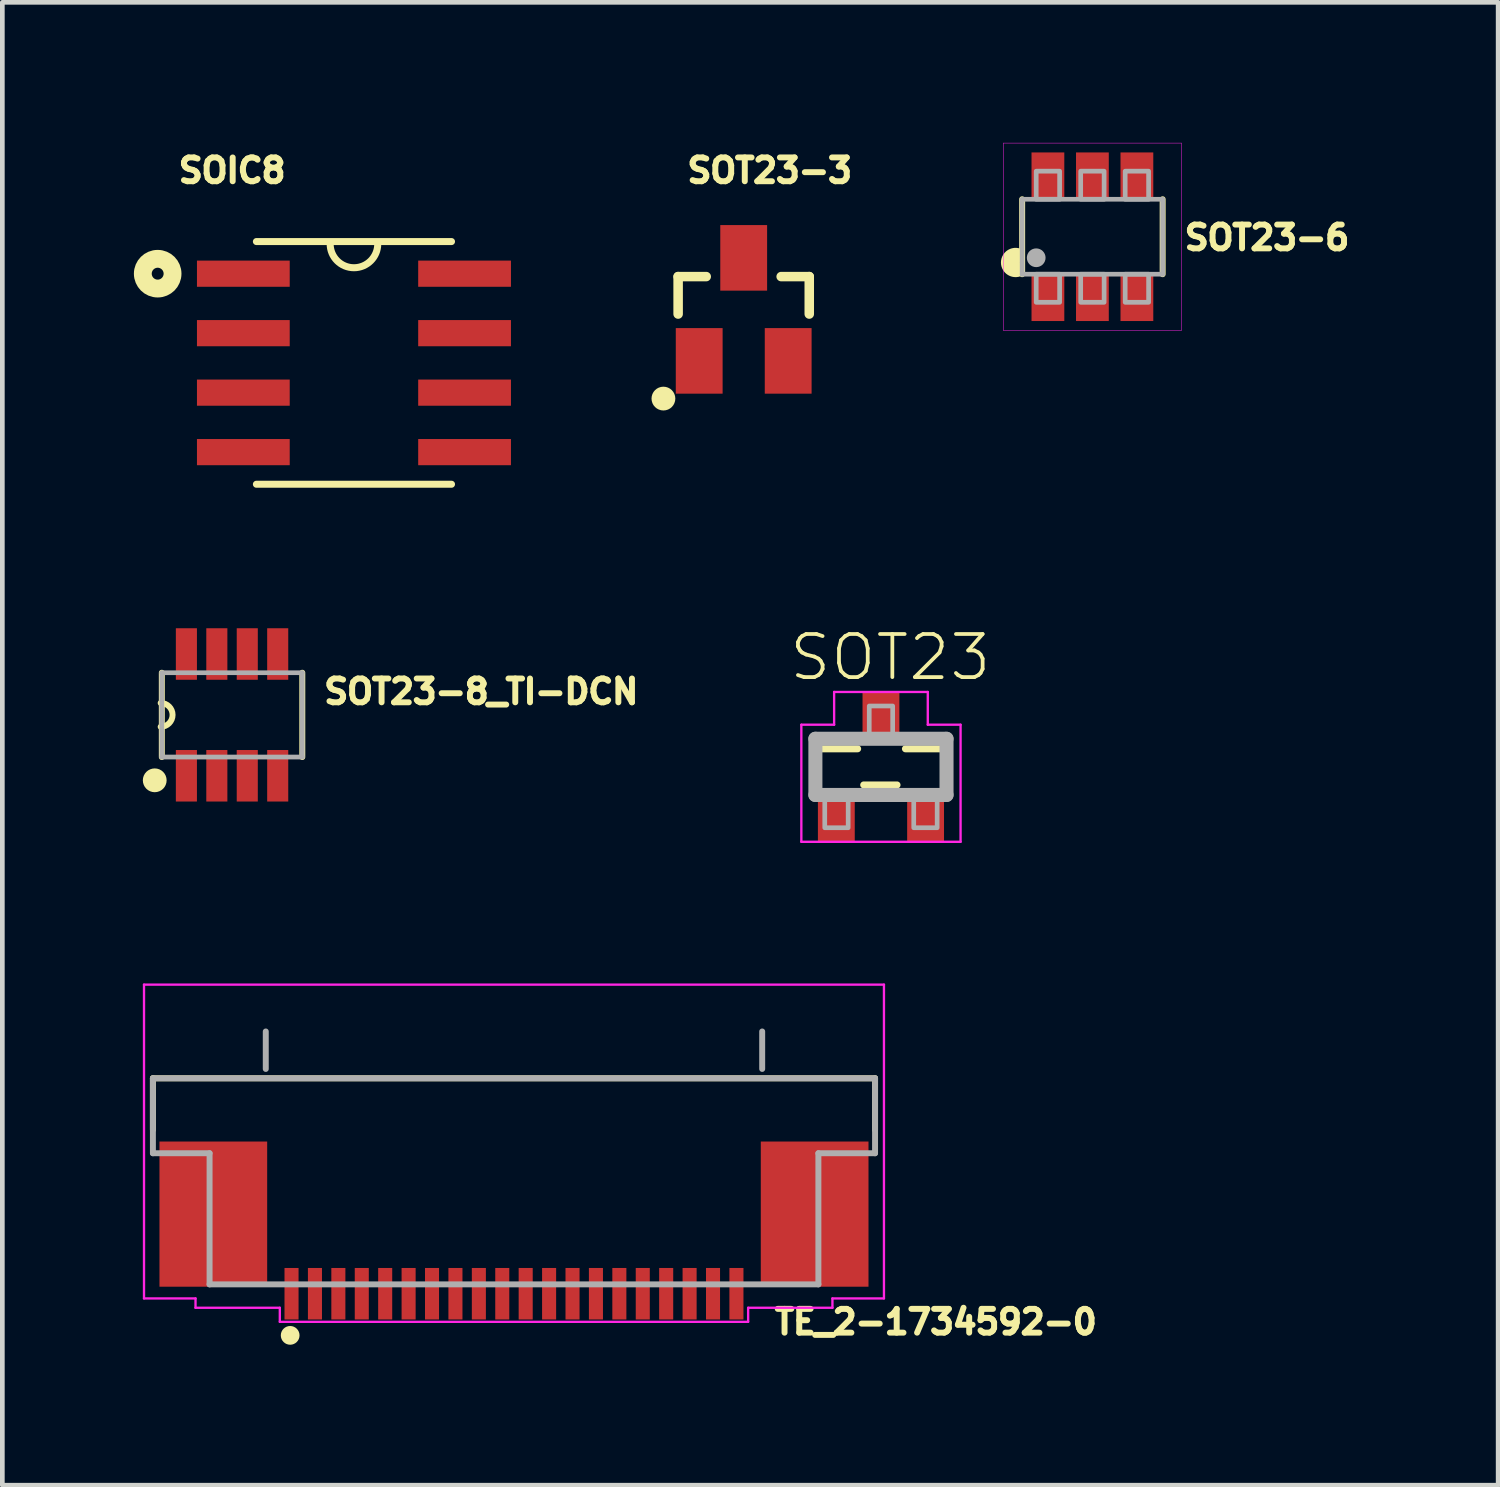
<source format=kicad_pcb>
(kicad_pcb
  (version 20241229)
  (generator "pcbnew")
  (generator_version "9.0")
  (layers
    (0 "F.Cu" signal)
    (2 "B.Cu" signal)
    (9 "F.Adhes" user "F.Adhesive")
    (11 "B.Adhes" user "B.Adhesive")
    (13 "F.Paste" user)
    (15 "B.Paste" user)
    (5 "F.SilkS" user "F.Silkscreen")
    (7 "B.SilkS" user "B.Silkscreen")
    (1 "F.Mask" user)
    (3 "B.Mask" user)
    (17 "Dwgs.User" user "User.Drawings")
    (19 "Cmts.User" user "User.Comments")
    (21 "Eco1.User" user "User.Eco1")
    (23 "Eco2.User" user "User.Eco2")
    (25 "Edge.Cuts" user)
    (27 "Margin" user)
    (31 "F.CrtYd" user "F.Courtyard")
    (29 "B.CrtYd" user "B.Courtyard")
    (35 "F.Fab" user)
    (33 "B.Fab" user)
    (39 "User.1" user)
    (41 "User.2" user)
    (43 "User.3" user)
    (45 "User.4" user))
  (footprint "SOT23-8_TI-DCN"
    (layer "F.Cu")
    (at 1.905 12.215)
    (property "Reference" "SOT23-8_TI-DCN" (at 1.9 -0.2 0) (layer "F.SilkS") (effects (font (size 0.508 0.508) (thickness 0.127)) (justify left bottom)))
    (fp_line (start -1.5 -0.9) (end -1.5 0.9) (stroke (width 0.127) (type solid)) (layer "F.SilkS"))
    (fp_line (start 1.5 -0.9) (end 1.5 0.9) (stroke (width 0.127) (type solid)) (layer "F.SilkS"))
    (fp_arc (start -1.524 -0.254) (mid -1.27 0) (end -1.524 0.254) (stroke (width 0.127) (type solid)) (layer "F.SilkS"))
    (fp_circle (center -1.651 1.397) (end -1.524 1.397) (stroke (width 0.254) (type solid)) (fill no) (layer "F.SilkS"))
    (fp_line (start -1.5 -0.9) (end -1.5 0.9) (stroke (width 0.1) (type solid)) (layer "F.Fab"))
    (fp_line (start -1.5 0.9) (end 1.5 0.9) (stroke (width 0.1) (type solid)) (layer "F.Fab"))
    (fp_line (start 1.5 -0.9) (end -1.5 -0.9) (stroke (width 0.1) (type solid)) (layer "F.Fab"))
    (fp_line (start 1.5 0.9) (end 1.5 -0.9) (stroke (width 0.1) (type solid)) (layer "F.Fab"))
    (pad "1" smd rect (at -0.975 1.3 90) (size 1.1 0.45) (layers "F.Cu" "F.Mask" "F.Paste"))
    (pad "2" smd rect (at -0.325 1.3 90) (size 1.1 0.45) (layers "F.Cu" "F.Mask" "F.Paste"))
    (pad "3" smd rect (at 0.325 1.3 90) (size 1.1 0.45) (layers "F.Cu" "F.Mask" "F.Paste"))
    (pad "4" smd rect (at 0.975 1.3 90) (size 1.1 0.45) (layers "F.Cu" "F.Mask" "F.Paste"))
    (pad "5" smd rect (at 0.975 -1.3 90) (size 1.1 0.45) (layers "F.Cu" "F.Mask" "F.Paste"))
    (pad "6" smd rect (at 0.325 -1.3 90) (size 1.1 0.45) (layers "F.Cu" "F.Mask" "F.Paste"))
    (pad "7" smd rect (at -0.325 -1.3 90) (size 1.1 0.45) (layers "F.Cu" "F.Mask" "F.Paste"))
    (pad "8" smd rect (at -0.975 -1.3 90) (size 1.1 0.45) (layers "F.Cu" "F.Mask" "F.Paste")))
  (footprint "SOT23-6"
    (layer "F.Cu")
    (at 20.276 2.005)
    (property "Reference" "SOT23-6" (at 1.902 0.317 0) (layer "F.SilkS") (effects (font (size 0.508 0.508) (thickness 0.127)) (justify left bottom)))
    (fp_poly (pts (xy -0.53 -1.865) (xy -1.37 -1.865) (xy -1.37 -0.735) (xy -0.53 -0.735)) (stroke (width 0) (type solid)) (fill yes) (layer "F.Mask"))
    (fp_poly (pts (xy -0.53 0.735) (xy -1.37 0.735) (xy -1.37 1.865) (xy -0.53 1.865)) (stroke (width 0) (type solid)) (fill yes) (layer "F.Mask"))
    (fp_poly (pts (xy 0.42 -1.865) (xy -0.42 -1.865) (xy -0.42 -0.735) (xy 0.42 -0.735)) (stroke (width 0) (type solid)) (fill yes) (layer "F.Mask"))
    (fp_poly (pts (xy 0.42 0.735) (xy -0.42 0.735) (xy -0.42 1.865) (xy 0.42 1.865)) (stroke (width 0) (type solid)) (fill yes) (layer "F.Mask"))
    (fp_poly (pts (xy 1.37 -1.865) (xy 0.53 -1.865) (xy 0.53 -0.735) (xy 1.37 -0.735)) (stroke (width 0) (type solid)) (fill yes) (layer "F.Mask"))
    (fp_poly (pts (xy 1.37 0.735) (xy 0.53 0.735) (xy 0.53 1.865) (xy 1.37 1.865)) (stroke (width 0) (type solid)) (fill yes) (layer "F.Mask"))
    (fp_line (start -1.5 0.8) (end -1.5 -0.8) (stroke (width 0.127) (type solid)) (layer "F.SilkS"))
    (fp_line (start 1.5 -0.8) (end 1.5 0.8) (stroke (width 0.127) (type solid)) (layer "F.SilkS"))
    (fp_arc (start -1.61 0.7) (mid -1.792971 0.55) (end -1.61 0.4) (stroke (width 0.32) (type solid)) (layer "F.SilkS"))
    (fp_line (start -1.9 -2) (end -1.9 2) (stroke (width 0.01) (type solid)) (layer "F.CrtYd"))
    (fp_line (start -1.9 2) (end 1.9 2) (stroke (width 0.01) (type solid)) (layer "F.CrtYd"))
    (fp_line (start 1.9 -2) (end -1.9 -2) (stroke (width 0.01) (type solid)) (layer "F.CrtYd"))
    (fp_line (start 1.9 2) (end 1.9 -2) (stroke (width 0.01) (type solid)) (layer "F.CrtYd"))
    (fp_line (start -1.5 -0.8) (end 1.5 -0.8) (stroke (width 0.1) (type solid)) (layer "F.Fab"))
    (fp_line (start -1.5 0.8) (end -1.5 -0.8) (stroke (width 0.1) (type solid)) (layer "F.Fab"))
    (fp_line (start 1.5 -0.8) (end 1.5 0.8) (stroke (width 0.1) (type solid)) (layer "F.Fab"))
    (fp_line (start 1.5 0.8) (end -1.5 0.8) (stroke (width 0.1) (type solid)) (layer "F.Fab"))
    (fp_circle (center -1.2 0.449) (end -1.1 0.449) (stroke (width 0.2) (type solid)) (fill no) (layer "F.Fab"))
    (fp_poly (pts (xy -1.2 -0.8) (xy -0.7 -0.8) (xy -0.7 -1.4) (xy -1.2 -1.4)) (stroke (width 0.1) (type solid)) (fill no) (layer "F.Fab"))
    (fp_poly (pts (xy -1.2 1.4) (xy -0.7 1.4) (xy -0.7 0.8) (xy -1.2 0.8)) (stroke (width 0.1) (type solid)) (fill no) (layer "F.Fab"))
    (fp_poly (pts (xy -0.25 -0.8) (xy 0.25 -0.8) (xy 0.25 -1.4) (xy -0.25 -1.4)) (stroke (width 0.1) (type solid)) (fill no) (layer "F.Fab"))
    (fp_poly (pts (xy -0.25 1.4) (xy 0.25 1.4) (xy 0.25 0.8) (xy -0.25 0.8)) (stroke (width 0.1) (type solid)) (fill no) (layer "F.Fab"))
    (fp_poly (pts (xy 0.7 -0.8) (xy 1.2 -0.8) (xy 1.2 -1.4) (xy 0.7 -1.4)) (stroke (width 0.1) (type solid)) (fill no) (layer "F.Fab"))
    (fp_poly (pts (xy 0.7 1.4) (xy 1.2 1.4) (xy 1.2 0.8) (xy 0.7 0.8)) (stroke (width 0.1) (type solid)) (fill no) (layer "F.Fab"))
    (pad "1" smd rect (at -0.95 1.3) (size 0.7 1) (layers "F.Cu" "F.Paste"))
    (pad "2" smd rect (at 0 1.3) (size 0.7 1) (layers "F.Cu" "F.Paste"))
    (pad "3" smd rect (at 0.95 1.3) (size 0.7 1) (layers "F.Cu" "F.Paste"))
    (pad "4" smd rect (at 0.95 -1.3) (size 0.7 1) (layers "F.Cu" "F.Paste"))
    (pad "5" smd rect (at 0 -1.3) (size 0.7 1) (layers "F.Cu" "F.Paste"))
    (pad "6" smd rect (at -0.95 -1.3) (size 0.7 1) (layers "F.Cu" "F.Paste")))
  (footprint "SOT23-3"
    (layer "F.Cu")
    (at 12.83 3.556)
    (property "Reference" "SOT23-3" (at -1.27 -2.667 0) (layer "F.SilkS") (effects (font (size 0.508 0.508) (thickness 0.127)) (justify left bottom)))
    (fp_line (start -1.4 -0.7) (end -1.4 0.1) (stroke (width 0.203) (type solid)) (layer "F.SilkS"))
    (fp_line (start -0.8 -0.7) (end -1.4 -0.7) (stroke (width 0.203) (type solid)) (layer "F.SilkS"))
    (fp_line (start 0.8 -0.7) (end 1.4 -0.7) (stroke (width 0.203) (type solid)) (layer "F.SilkS"))
    (fp_line (start 1.4 -0.7) (end 1.4 0.1) (stroke (width 0.203) (type solid)) (layer "F.SilkS"))
    (fp_circle (center -1.714 1.905) (end -1.587 1.905) (stroke (width 0.254) (type solid)) (fill no) (layer "F.SilkS"))
    (pad "1" smd rect (at -0.95 1.1) (size 1 1.4) (layers "F.Cu" "F.Mask" "F.Paste"))
    (pad "2" smd rect (at 0.95 1.1) (size 1 1.4) (layers "F.Cu" "F.Mask" "F.Paste"))
    (pad "3" smd rect (at 0 -1.1) (size 1 1.4) (layers "F.Cu" "F.Mask" "F.Paste")))
  (footprint "SOT23"
    (layer "F.Cu")
    (at 15.761 13.325)
    (property "Reference" "SOT23" (at -2 -1.8 0) (layer "F.SilkS") (effects (font (size 0.92 0.92) (thickness 0.08)) (justify left bottom)))
    (fp_line (start -1.387 -0.386) (end -0.498 -0.386) (stroke (width 0.15) (type solid)) (layer "F.SilkS"))
    (fp_line (start -1.387 0.368) (end -1.387 -0.386) (stroke (width 0.15) (type solid)) (layer "F.SilkS"))
    (fp_line (start -0.368 0.386) (end 0.343 0.386) (stroke (width 0.15) (type solid)) (layer "F.SilkS"))
    (fp_line (start 1.387 -0.386) (end 0.523 -0.386) (stroke (width 0.15) (type solid)) (layer "F.SilkS"))
    (fp_line (start 1.387 0.368) (end 1.387 -0.386) (stroke (width 0.15) (type solid)) (layer "F.SilkS"))
    (fp_line (start -1.7 -0.9) (end -1.7 1.6) (stroke (width 0.05) (type solid)) (layer "F.CrtYd"))
    (fp_line (start -1.7 1.6) (end 1.7 1.6) (stroke (width 0.05) (type solid)) (layer "F.CrtYd"))
    (fp_line (start -1 -1.6) (end -1 -0.9) (stroke (width 0.05) (type solid)) (layer "F.CrtYd"))
    (fp_line (start -1 -0.9) (end -1.7 -0.9) (stroke (width 0.05) (type solid)) (layer "F.CrtYd"))
    (fp_line (start 1 -1.6) (end -1 -1.6) (stroke (width 0.05) (type solid)) (layer "F.CrtYd"))
    (fp_line (start 1 -0.9) (end 1 -1.6) (stroke (width 0.05) (type solid)) (layer "F.CrtYd"))
    (fp_line (start 1.7 -0.9) (end 1 -0.9) (stroke (width 0.05) (type solid)) (layer "F.CrtYd"))
    (fp_line (start 1.7 1.6) (end 1.7 -0.9) (stroke (width 0.05) (type solid)) (layer "F.CrtYd"))
    (fp_line (start -1.4 -0.6) (end -1.4 0.6) (stroke (width 0.3) (type solid)) (layer "F.Fab"))
    (fp_line (start -1.4 0.6) (end 1.4 0.6) (stroke (width 0.3) (type solid)) (layer "F.Fab"))
    (fp_line (start 1.4 -0.6) (end -1.4 -0.6) (stroke (width 0.3) (type solid)) (layer "F.Fab"))
    (fp_line (start 1.4 0.6) (end 1.4 -0.6) (stroke (width 0.3) (type solid)) (layer "F.Fab"))
    (fp_poly (pts (xy -1.2 1.3) (xy -0.7 1.3) (xy -0.7 0.65) (xy -1.2 0.65)) (stroke (width 0.1) (type solid)) (fill no) (layer "F.Fab"))
    (fp_poly (pts (xy -0.25 -0.65) (xy 0.25 -0.65) (xy 0.25 -1.3) (xy -0.25 -1.3)) (stroke (width 0.1) (type solid)) (fill no) (layer "F.Fab"))
    (fp_poly (pts (xy 0.7 1.3) (xy 1.2 1.3) (xy 1.2 0.65) (xy 0.7 0.65)) (stroke (width 0.1) (type solid)) (fill no) (layer "F.Fab"))
    (pad "1" smd rect (at -0.953 1.143) (size 0.787 0.889) (layers "F.Cu" "F.Mask" "F.Paste"))
    (pad "2" smd rect (at 0.953 1.143) (size 0.787 0.889) (layers "F.Cu" "F.Mask" "F.Paste"))
    (pad "3" smd rect (at 0 -1.143) (size 0.787 0.889) (layers "F.Cu" "F.Mask" "F.Paste")))
  (footprint "TE_2-1734592-0"
    (layer "F.Cu")
    (at 7.925 22.875)
    (property "Reference" "TE_2-1734592-0" (at 5.5 2.6 0) (layer "F.SilkS") (effects (font (size 0.508 0.508) (thickness 0.127)) (justify left bottom)))
    (fp_line (start -7.71 -2.9) (end -7.71 -1.8) (stroke (width 0.127) (type solid)) (layer "F.SilkS"))
    (fp_line (start 7.71 -2.9) (end -7.71 -2.9) (stroke (width 0.127) (type solid)) (layer "F.SilkS"))
    (fp_line (start 7.71 -1.8) (end 7.71 -2.9) (stroke (width 0.127) (type solid)) (layer "F.SilkS"))
    (fp_circle (center -4.779 2.589) (end -4.679 2.589) (stroke (width 0.2) (type solid)) (fill no) (layer "F.SilkS"))
    (fp_poly (pts (xy -7.2 1.1) (xy -5.6 1.1) (xy -5.6 -1.1) (xy -7.2 -1.1)) (stroke (width 0) (type solid)) (fill yes) (layer "F.Paste"))
    (fp_poly (pts (xy 5.7 1.1) (xy 7.3 1.1) (xy 7.3 -1.1) (xy 5.7 -1.1)) (stroke (width 0) (type solid)) (fill yes) (layer "F.Paste"))
    (fp_line (start -7.9 -4.9) (end -7.9 1.8) (stroke (width 0.05) (type solid)) (layer "F.CrtYd"))
    (fp_line (start -6.8 1.8) (end -7.9 1.8) (stroke (width 0.05) (type solid)) (layer "F.CrtYd"))
    (fp_line (start -6.8 2) (end -6.8 1.8) (stroke (width 0.05) (type solid)) (layer "F.CrtYd"))
    (fp_line (start -5 2) (end -6.8 2) (stroke (width 0.05) (type solid)) (layer "F.CrtYd"))
    (fp_line (start -5 2.3) (end -5 2) (stroke (width 0.05) (type solid)) (layer "F.CrtYd"))
    (fp_line (start -5 2.3) (end 5 2.3) (stroke (width 0.05) (type solid)) (layer "F.CrtYd"))
    (fp_line (start 5 2) (end 5 2.3) (stroke (width 0.05) (type solid)) (layer "F.CrtYd"))
    (fp_line (start 6.8 1.8) (end 6.8 2) (stroke (width 0.05) (type solid)) (layer "F.CrtYd"))
    (fp_line (start 6.8 2) (end 5 2) (stroke (width 0.05) (type solid)) (layer "F.CrtYd"))
    (fp_line (start 7.9 -4.9) (end -7.9 -4.9) (stroke (width 0.05) (type solid)) (layer "F.CrtYd"))
    (fp_line (start 7.9 1.8) (end 6.8 1.8) (stroke (width 0.05) (type solid)) (layer "F.CrtYd"))
    (fp_line (start 7.9 1.8) (end 7.9 -4.9) (stroke (width 0.05) (type solid)) (layer "F.CrtYd"))
    (fp_line (start -7.71 -1.3) (end -7.71 -2.9) (stroke (width 0.127) (type solid)) (layer "F.Fab"))
    (fp_line (start -6.5 -1.3) (end -7.71 -1.3) (stroke (width 0.127) (type solid)) (layer "F.Fab"))
    (fp_line (start -6.5 1.5) (end -6.5 -1.3) (stroke (width 0.127) (type solid)) (layer "F.Fab"))
    (fp_line (start -5.3 -3.1) (end -5.3 -3.9) (stroke (width 0.127) (type solid)) (layer "F.Fab"))
    (fp_line (start 5.3 -3.1) (end 5.3 -3.9) (stroke (width 0.127) (type solid)) (layer "F.Fab"))
    (fp_line (start 6.5 -1.3) (end 7.71 -1.3) (stroke (width 0.127) (type solid)) (layer "F.Fab"))
    (fp_line (start 6.5 1.5) (end -6.5 1.5) (stroke (width 0.127) (type solid)) (layer "F.Fab"))
    (fp_line (start 6.5 1.5) (end 6.5 -1.3) (stroke (width 0.127) (type solid)) (layer "F.Fab"))
    (fp_line (start 7.71 -2.9) (end -7.71 -2.9) (stroke (width 0.127) (type solid)) (layer "F.Fab"))
    (fp_line (start 7.71 -1.3) (end 7.71 -2.9) (stroke (width 0.127) (type solid)) (layer "F.Fab"))
    (pad "1" smd rect (at -4.75 1.7 90) (size 1.1 0.3) (layers "F.Cu" "F.Mask" "F.Paste"))
    (pad "2" smd rect (at -4.25 1.7 90) (size 1.1 0.3) (layers "F.Cu" "F.Mask" "F.Paste"))
    (pad "3" smd rect (at -3.75 1.7 90) (size 1.1 0.3) (layers "F.Cu" "F.Mask" "F.Paste"))
    (pad "4" smd rect (at -3.25 1.7 90) (size 1.1 0.3) (layers "F.Cu" "F.Mask" "F.Paste"))
    (pad "5" smd rect (at -2.75 1.7 90) (size 1.1 0.3) (layers "F.Cu" "F.Mask" "F.Paste"))
    (pad "6" smd rect (at -2.25 1.7 90) (size 1.1 0.3) (layers "F.Cu" "F.Mask" "F.Paste"))
    (pad "7" smd rect (at -1.75 1.7 90) (size 1.1 0.3) (layers "F.Cu" "F.Mask" "F.Paste"))
    (pad "8" smd rect (at -1.25 1.7 90) (size 1.1 0.3) (layers "F.Cu" "F.Mask" "F.Paste"))
    (pad "9" smd rect (at -0.75 1.7 90) (size 1.1 0.3) (layers "F.Cu" "F.Mask" "F.Paste"))
    (pad "10" smd rect (at -0.25 1.7 90) (size 1.1 0.3) (layers "F.Cu" "F.Mask" "F.Paste"))
    (pad "11" smd rect (at 0.25 1.7 90) (size 1.1 0.3) (layers "F.Cu" "F.Mask" "F.Paste"))
    (pad "12" smd rect (at 0.75 1.7 90) (size 1.1 0.3) (layers "F.Cu" "F.Mask" "F.Paste"))
    (pad "13" smd rect (at 1.25 1.7 90) (size 1.1 0.3) (layers "F.Cu" "F.Mask" "F.Paste"))
    (pad "14" smd rect (at 1.75 1.7 90) (size 1.1 0.3) (layers "F.Cu" "F.Mask" "F.Paste"))
    (pad "15" smd rect (at 2.25 1.7 90) (size 1.1 0.3) (layers "F.Cu" "F.Mask" "F.Paste"))
    (pad "16" smd rect (at 2.75 1.7 90) (size 1.1 0.3) (layers "F.Cu" "F.Mask" "F.Paste"))
    (pad "17" smd rect (at 3.25 1.7 90) (size 1.1 0.3) (layers "F.Cu" "F.Mask" "F.Paste"))
    (pad "18" smd rect (at 3.75 1.7 90) (size 1.1 0.3) (layers "F.Cu" "F.Mask" "F.Paste"))
    (pad "19" smd rect (at 4.25 1.7 90) (size 1.1 0.3) (layers "F.Cu" "F.Mask" "F.Paste"))
    (pad "20" smd rect (at 4.75 1.7 90) (size 1.1 0.3) (layers "F.Cu" "F.Mask" "F.Paste"))
    (pad "PAD1" smd rect (at 6.42 0 180) (size 2.3 3.1) (layers "F.Cu" "F.Mask"))
    (pad "PAD2" smd rect (at -6.42 0 180) (size 2.3 3.1) (layers "F.Cu" "F.Mask")))
  (footprint "SOIC8"
    (layer "F.Cu")
    (at 4.508 4.699)
    (property "Reference" "SOIC8" (at -3.81 -3.81 0) (layer "F.SilkS") (effects (font (size 0.508 0.508) (thickness 0.127)) (justify left bottom)))
    (fp_line (start -2.083 2.591) (end 2.083 2.591) (stroke (width 0.15) (type solid)) (layer "F.SilkS"))
    (fp_line (start 2.083 -2.591) (end -2.083 -2.591) (stroke (width 0.15) (type solid)) (layer "F.SilkS"))
    (fp_arc (start 0.508 -2.54) (mid 0 -2.032) (end -0.508 -2.54) (stroke (width 0.15) (type solid)) (layer "F.SilkS"))
    (fp_circle (center -4.191 -1.905) (end -4.064 -1.905) (stroke (width 0.381) (type solid)) (fill no) (layer "F.SilkS"))
    (pad "1" smd rect (at -2.362 -1.905) (size 1.981 0.559) (layers "F.Cu" "F.Mask" "F.Paste"))
    (pad "2" smd rect (at -2.362 -0.635) (size 1.981 0.559) (layers "F.Cu" "F.Mask" "F.Paste"))
    (pad "3" smd rect (at -2.362 0.635) (size 1.981 0.559) (layers "F.Cu" "F.Mask" "F.Paste"))
    (pad "4" smd rect (at -2.362 1.905) (size 1.981 0.559) (layers "F.Cu" "F.Mask" "F.Paste"))
    (pad "5" smd rect (at 2.362 1.905) (size 1.981 0.559) (layers "F.Cu" "F.Mask" "F.Paste"))
    (pad "6" smd rect (at 2.362 0.635) (size 1.981 0.559) (layers "F.Cu" "F.Mask" "F.Paste"))
    (pad "7" smd rect (at 2.362 -0.635) (size 1.981 0.559) (layers "F.Cu" "F.Mask" "F.Paste"))
    (pad "8" smd rect (at 2.362 -1.905) (size 1.981 0.559) (layers "F.Cu" "F.Mask" "F.Paste")))
  (gr_rect
    (start -3 -3)
    (end 28.94 28.664)
    (stroke (width 0.1) (type default))
    (fill no)
    (layer "Edge.Cuts")))
</source>
